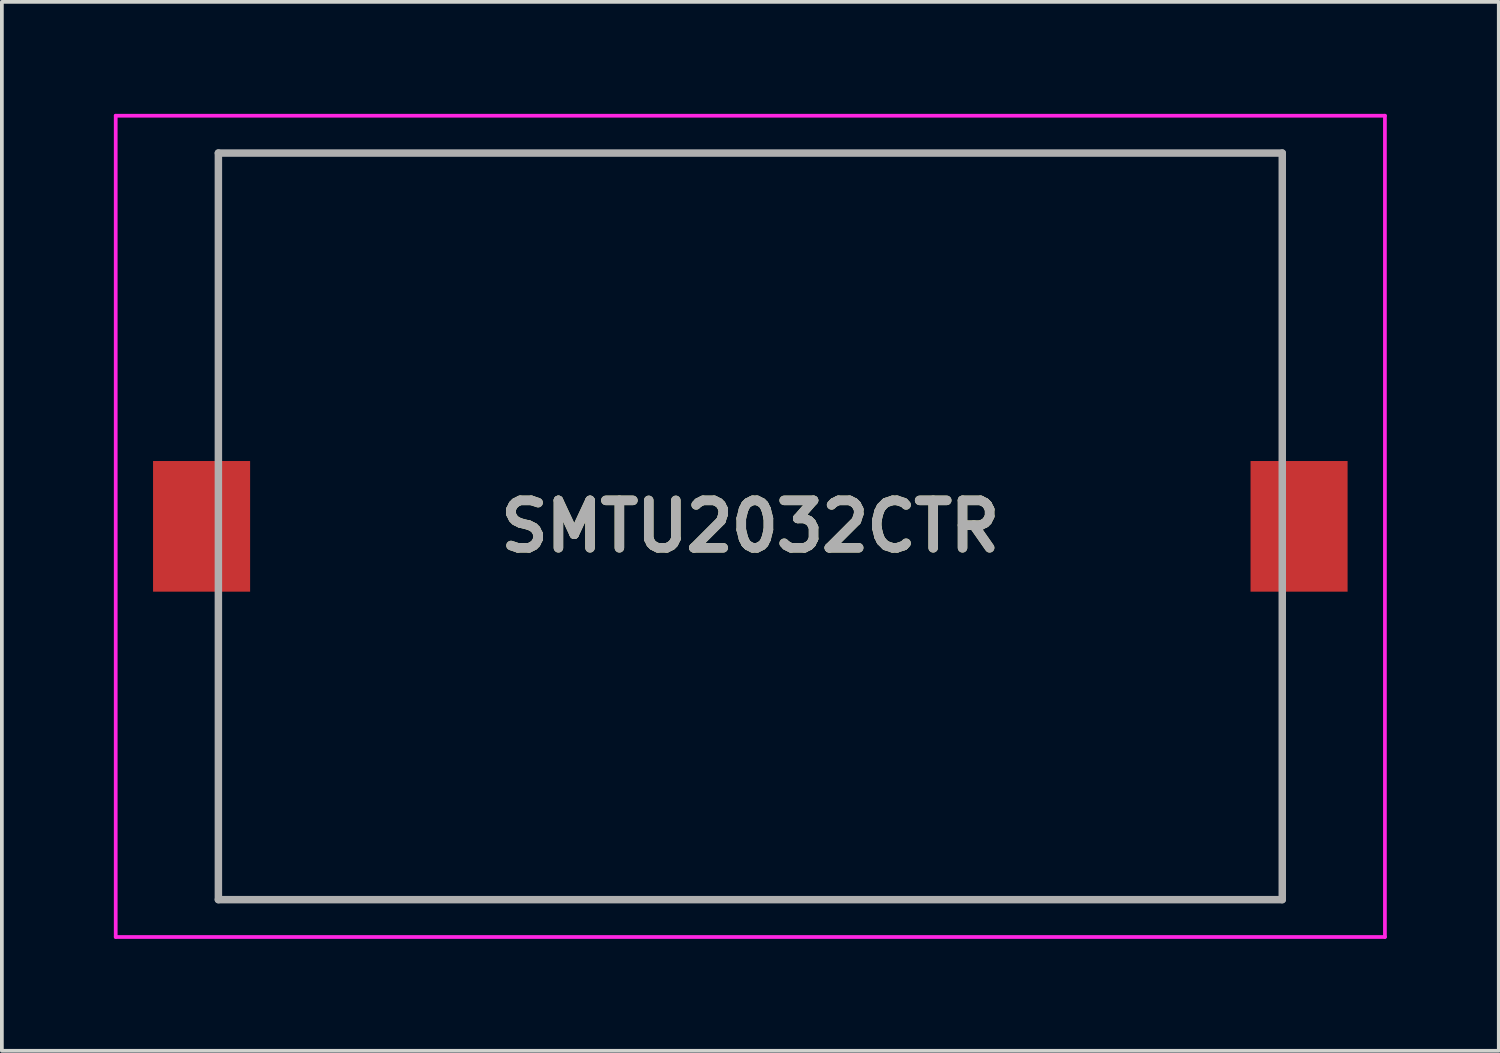
<source format=kicad_pcb>
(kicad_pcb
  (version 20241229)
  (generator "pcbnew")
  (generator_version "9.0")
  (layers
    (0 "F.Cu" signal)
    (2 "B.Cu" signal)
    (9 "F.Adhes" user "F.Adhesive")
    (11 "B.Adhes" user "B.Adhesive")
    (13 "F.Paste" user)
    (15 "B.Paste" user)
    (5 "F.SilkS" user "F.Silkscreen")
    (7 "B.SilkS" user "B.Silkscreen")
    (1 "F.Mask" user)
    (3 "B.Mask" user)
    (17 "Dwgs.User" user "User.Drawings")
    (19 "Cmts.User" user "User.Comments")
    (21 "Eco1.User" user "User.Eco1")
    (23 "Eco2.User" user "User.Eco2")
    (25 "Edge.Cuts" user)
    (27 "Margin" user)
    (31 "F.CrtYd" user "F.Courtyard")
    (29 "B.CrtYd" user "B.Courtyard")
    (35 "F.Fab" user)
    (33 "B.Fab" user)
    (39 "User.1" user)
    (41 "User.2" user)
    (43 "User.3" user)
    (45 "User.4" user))
  (footprint "SMTU2032CTR"
    (layer "F.Cu")
    (at 17.05 11.05)
    (property "Reference" "SMTU2032CTR" (at 0 0 0) (layer "F.SilkS") (effects (font (size 1.27 1.27) (thickness 0.254))))
    (attr smd)
    (fp_line (start -14.25 -10) (end 14.25 -10) (stroke (width 0.1) (type solid)) (layer "F.SilkS"))
    (fp_line (start -14.25 -2.5) (end -14.25 -10) (stroke (width 0.1) (type solid)) (layer "F.SilkS"))
    (fp_line (start -14.25 2.5) (end -14.25 10) (stroke (width 0.1) (type solid)) (layer "F.SilkS"))
    (fp_line (start -14.25 10) (end 14.25 10) (stroke (width 0.1) (type solid)) (layer "F.SilkS"))
    (fp_line (start 14.25 -10) (end 14.25 -2.5) (stroke (width 0.1) (type solid)) (layer "F.SilkS"))
    (fp_line (start 14.25 10) (end 14.25 3) (stroke (width 0.1) (type solid)) (layer "F.SilkS"))
    (fp_line (start -17 -11) (end 17 -11) (stroke (width 0.1) (type solid)) (layer "F.CrtYd"))
    (fp_line (start -17 11) (end -17 -11) (stroke (width 0.1) (type solid)) (layer "F.CrtYd"))
    (fp_line (start 17 -11) (end 17 11) (stroke (width 0.1) (type solid)) (layer "F.CrtYd"))
    (fp_line (start 17 11) (end -17 11) (stroke (width 0.1) (type solid)) (layer "F.CrtYd"))
    (fp_line (start -14.25 -10) (end 14.25 -10) (stroke (width 0.2) (type solid)) (layer "F.Fab"))
    (fp_line (start -14.25 10) (end -14.25 -10) (stroke (width 0.2) (type solid)) (layer "F.Fab"))
    (fp_line (start 14.25 -10) (end 14.25 10) (stroke (width 0.2) (type solid)) (layer "F.Fab"))
    (fp_line (start 14.25 10) (end -14.25 10) (stroke (width 0.2) (type solid)) (layer "F.Fab"))
    (fp_text user "${REFERENCE}" (at 0 0 0) (layer "F.Fab") (effects (font (size 1.27 1.27) (thickness 0.254))))
    (pad "1" smd rect (at -14.7 0) (size 2.6 3.5) (layers "F.Cu" "F.Mask" "F.Paste"))
    (pad "2" smd rect (at 14.7 0) (size 2.6 3.5) (layers "F.Cu" "F.Mask" "F.Paste")))
  (gr_rect
    (start -3 -3)
    (end 37.1 25.1)
    (stroke (width 0.1) (type default))
    (fill no)
    (layer "Edge.Cuts")))
</source>
